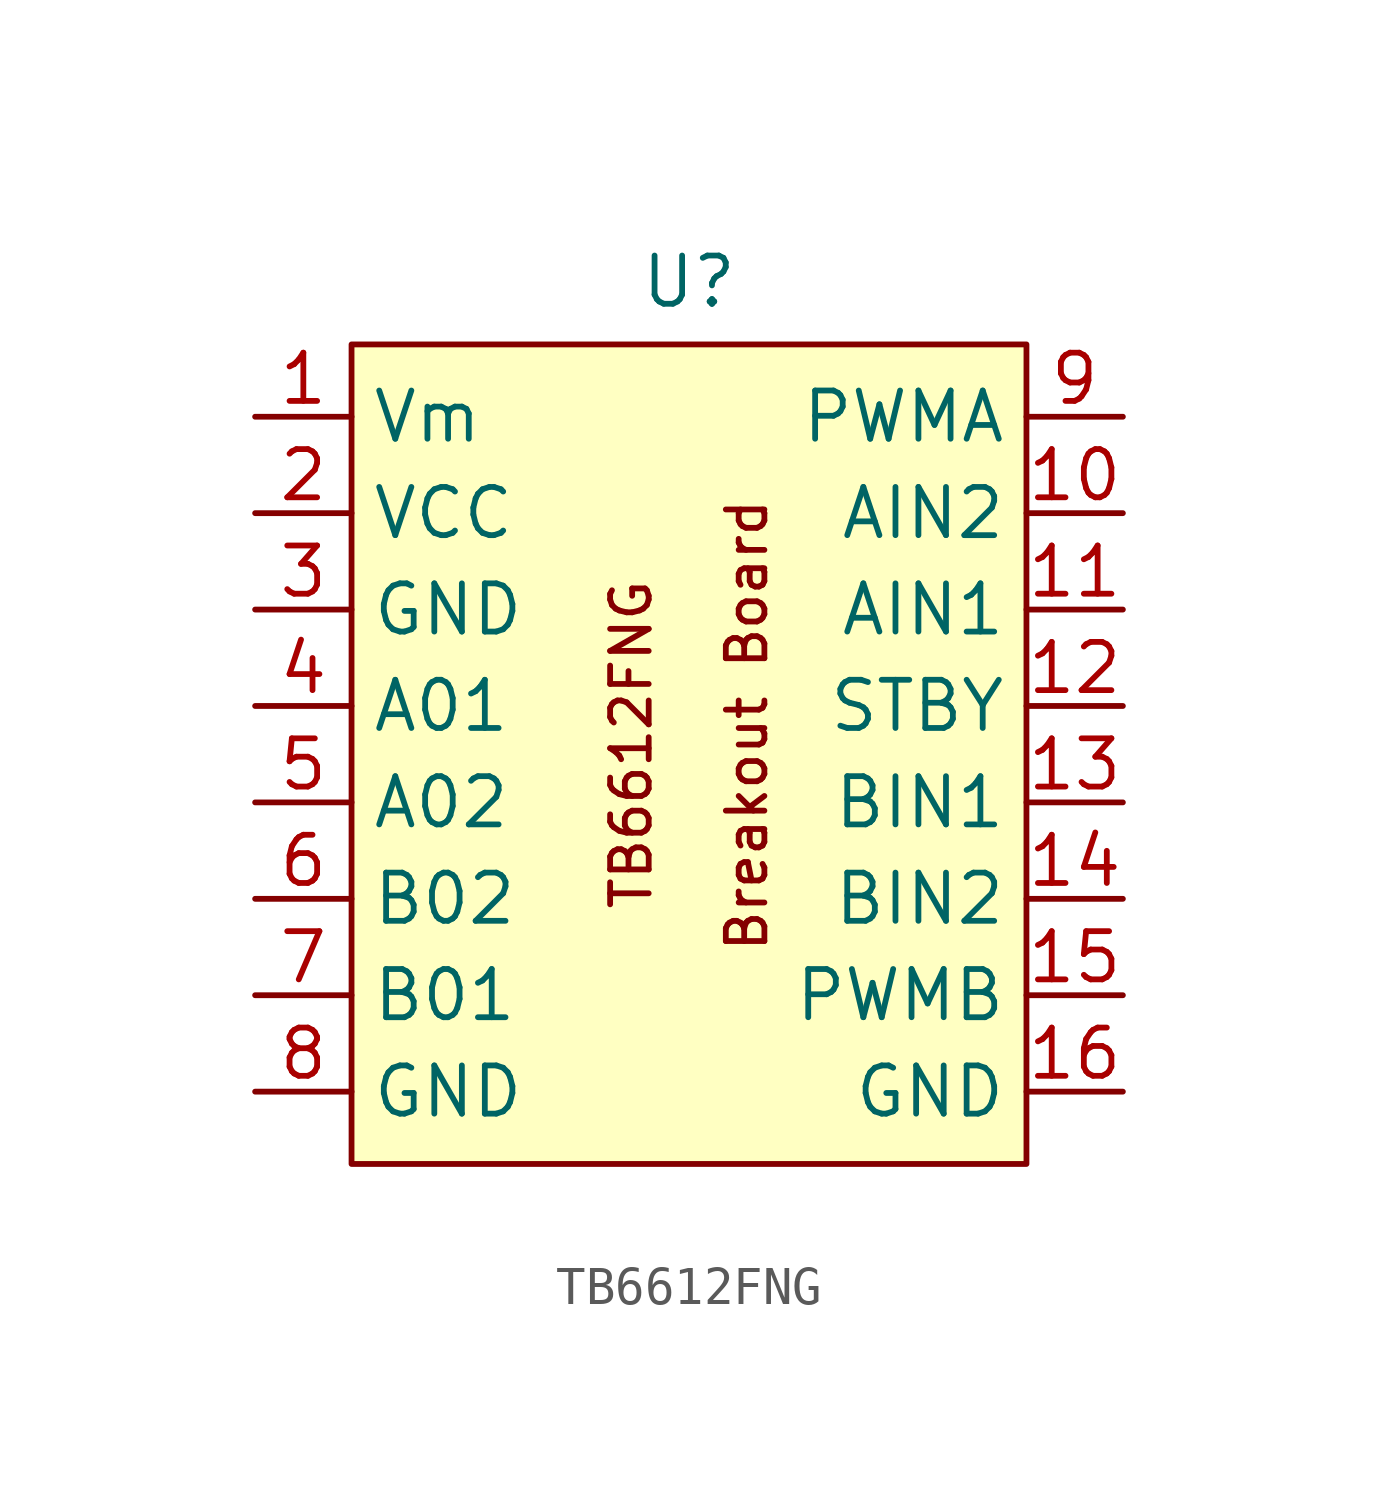
<source format=kicad_sym>
(kicad_symbol_lib
  (version 20241209)
  (generator "kicad_symbol_editor")
  (generator_version "9.0")
  (symbol "TB6612FNG"
    (property "Reference" "U"
      (at 0 12.446 0)
      (effects (font (size 1.27 1.27))))
    (property "Value" ""
      (at 0 0 0)
      (effects (font (size 1.27 1.27))))
    (symbol "TB6612FNG_0_1"
      (rectangle (start -8.89 10.795) (end 8.89 -10.795) (stroke (width 0) (type default)) (fill (type background))))
    (symbol "TB6612FNG_1_1"
      (text "TB6612FNG" (at -1.524 0.254 900) (effects (font (size 1.016 1.016))))
      (text "Breakout Board" (at 1.524 0.762 900) (effects (font (size 1.016 1.016))))
      (pin power_in line (at -11.43 8.89 0) (length 2.54) (name "Vm" (effects (font (size 1.27 1.27)))) (number "1" (effects (font (size 1.27 1.27)))))
      (pin power_in line (at -11.43 6.35 0) (length 2.54) (name "VCC" (effects (font (size 1.27 1.27)))) (number "2" (effects (font (size 1.27 1.27)))))
      (pin power_in line (at -11.43 3.81 0) (length 2.54) (name "GND" (effects (font (size 1.27 1.27)))) (number "3" (effects (font (size 1.27 1.27)))))
      (pin output line (at -11.43 1.27 0) (length 2.54) (name "A01" (effects (font (size 1.27 1.27)))) (number "4" (effects (font (size 1.27 1.27)))))
      (pin output line (at -11.43 -1.27 0) (length 2.54) (name "A02" (effects (font (size 1.27 1.27)))) (number "5" (effects (font (size 1.27 1.27)))))
      (pin output line (at -11.43 -3.81 0) (length 2.54) (name "B02" (effects (font (size 1.27 1.27)))) (number "6" (effects (font (size 1.27 1.27)))))
      (pin output line (at -11.43 -6.35 0) (length 2.54) (name "B01" (effects (font (size 1.27 1.27)))) (number "7" (effects (font (size 1.27 1.27)))))
      (pin power_out line (at -11.43 -8.89 0) (length 2.54) (name "GND" (effects (font (size 1.27 1.27)))) (number "8" (effects (font (size 1.27 1.27)))))
      (pin input line (at 11.43 8.89 180) (length 2.54) (name "PWMA" (effects (font (size 1.27 1.27)))) (number "9" (effects (font (size 1.27 1.27)))))
      (pin input line (at 11.43 6.35 180) (length 2.54) (name "AIN2" (effects (font (size 1.27 1.27)))) (number "10" (effects (font (size 1.27 1.27)))))
      (pin input line (at 11.43 3.81 180) (length 2.54) (name "AIN1" (effects (font (size 1.27 1.27)))) (number "11" (effects (font (size 1.27 1.27)))))
      (pin input line (at 11.43 1.27 180) (length 2.54) (name "STBY" (effects (font (size 1.27 1.27)))) (number "12" (effects (font (size 1.27 1.27)))))
      (pin input line (at 11.43 -1.27 180) (length 2.54) (name "BIN1" (effects (font (size 1.27 1.27)))) (number "13" (effects (font (size 1.27 1.27)))))
      (pin input line (at 11.43 -3.81 180) (length 2.54) (name "BIN2" (effects (font (size 1.27 1.27)))) (number "14" (effects (font (size 1.27 1.27)))))
      (pin input line (at 11.43 -6.35 180) (length 2.54) (name "PWMB" (effects (font (size 1.27 1.27)))) (number "15" (effects (font (size 1.27 1.27)))))
      (pin power_in line (at 11.43 -8.89 180) (length 2.54) (name "GND" (effects (font (size 1.27 1.27)))) (number "16" (effects (font (size 1.27 1.27))))))))
</source>
